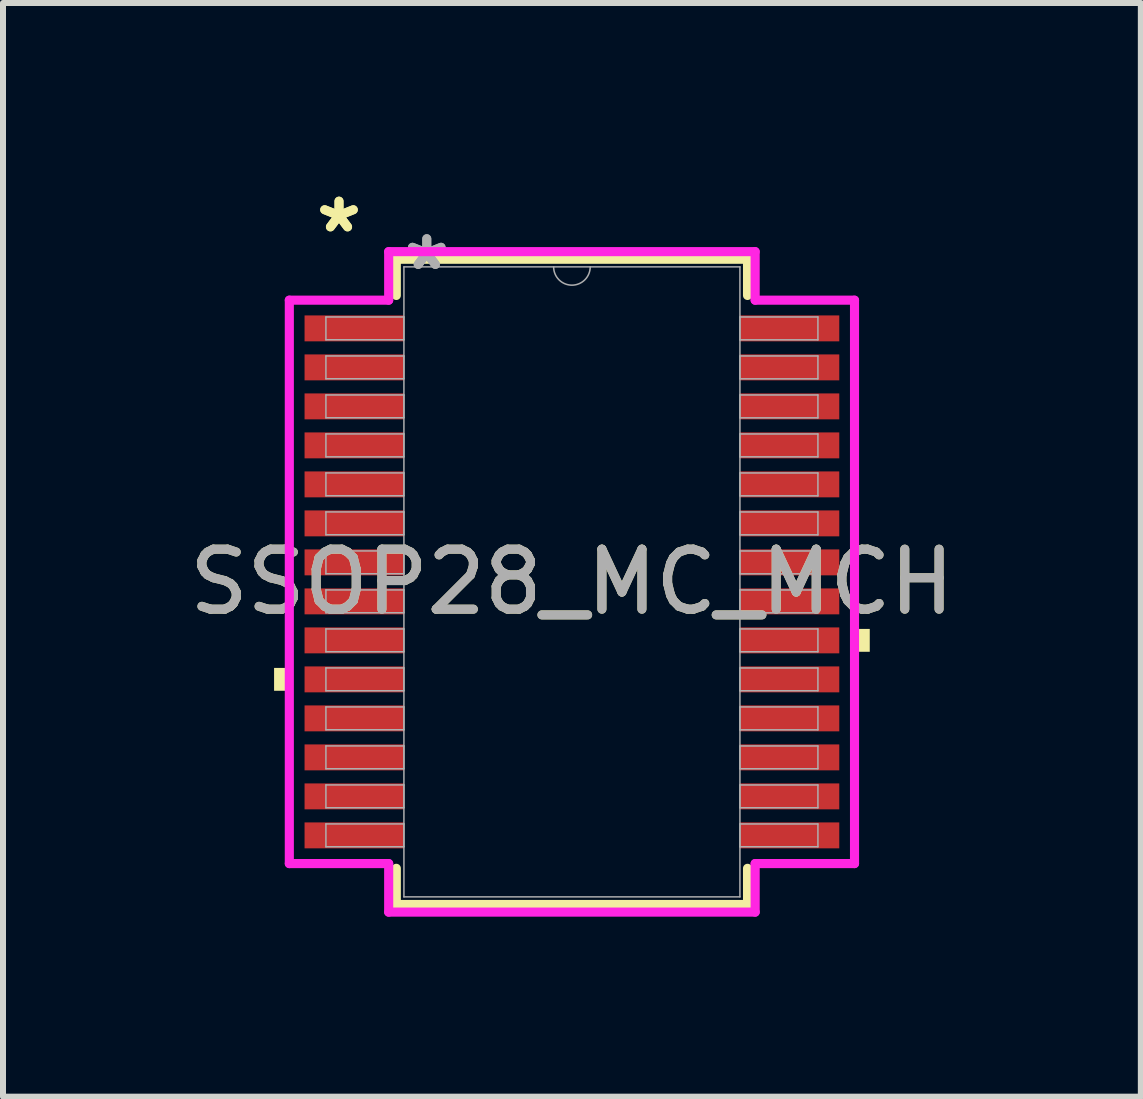
<source format=kicad_pcb>
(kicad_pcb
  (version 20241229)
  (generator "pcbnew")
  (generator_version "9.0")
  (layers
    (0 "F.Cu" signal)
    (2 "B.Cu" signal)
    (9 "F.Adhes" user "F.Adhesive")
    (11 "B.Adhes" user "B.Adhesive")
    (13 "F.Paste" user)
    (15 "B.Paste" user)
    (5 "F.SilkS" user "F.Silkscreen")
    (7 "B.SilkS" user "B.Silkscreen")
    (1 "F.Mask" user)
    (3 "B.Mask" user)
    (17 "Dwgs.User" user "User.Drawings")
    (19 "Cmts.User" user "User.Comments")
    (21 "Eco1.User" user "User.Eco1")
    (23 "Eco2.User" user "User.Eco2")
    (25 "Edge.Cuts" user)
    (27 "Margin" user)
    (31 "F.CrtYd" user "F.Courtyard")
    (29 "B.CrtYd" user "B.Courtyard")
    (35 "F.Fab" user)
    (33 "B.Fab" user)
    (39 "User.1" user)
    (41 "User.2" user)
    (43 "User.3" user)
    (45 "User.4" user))
  (footprint "SSOP28_MC_MCH"
    (layer "F.Cu")
    (at 6.482 6.648)
    (property "Reference" "SSOP28_MC_MCH" (at 0 0 0) (unlocked yes) (layer "F.SilkS") (effects (font (size 1 1) (thickness 0.15))))
    (attr smd)
    (fp_line (start -2.927 -5.377) (end -2.927 -4.774) (stroke (width 0.152) (type solid)) (layer "F.SilkS"))
    (fp_line (start -2.927 4.774) (end -2.927 5.377) (stroke (width 0.152) (type solid)) (layer "F.SilkS"))
    (fp_line (start -2.927 5.377) (end 2.927 5.377) (stroke (width 0.152) (type solid)) (layer "F.SilkS"))
    (fp_line (start 2.927 -5.377) (end -2.927 -5.377) (stroke (width 0.152) (type solid)) (layer "F.SilkS"))
    (fp_line (start 2.927 -4.774) (end 2.927 -5.377) (stroke (width 0.152) (type solid)) (layer "F.SilkS"))
    (fp_line (start 2.927 5.377) (end 2.927 4.774) (stroke (width 0.152) (type solid)) (layer "F.SilkS"))
    (fp_poly (pts (xy -4.964 1.434) (xy -4.964 1.815) (xy -4.71 1.815) (xy -4.71 1.434)) (stroke (width 0) (type solid)) (fill yes) (layer "F.SilkS"))
    (fp_poly (pts (xy 4.964 0.784) (xy 4.964 1.165) (xy 4.71 1.165) (xy 4.71 0.784)) (stroke (width 0) (type solid)) (fill yes) (layer "F.SilkS"))
    (fp_line (start -4.71 -4.695) (end -3.054 -4.695) (stroke (width 0.152) (type solid)) (layer "F.CrtYd"))
    (fp_line (start -4.71 4.695) (end -4.71 -4.695) (stroke (width 0.152) (type solid)) (layer "F.CrtYd"))
    (fp_line (start -4.71 4.695) (end -3.054 4.695) (stroke (width 0.152) (type solid)) (layer "F.CrtYd"))
    (fp_line (start -3.054 -5.504) (end 3.054 -5.504) (stroke (width 0.152) (type solid)) (layer "F.CrtYd"))
    (fp_line (start -3.054 -4.695) (end -3.054 -5.504) (stroke (width 0.152) (type solid)) (layer "F.CrtYd"))
    (fp_line (start -3.054 5.504) (end -3.054 4.695) (stroke (width 0.152) (type solid)) (layer "F.CrtYd"))
    (fp_line (start 3.054 -5.504) (end 3.054 -4.695) (stroke (width 0.152) (type solid)) (layer "F.CrtYd"))
    (fp_line (start 3.054 4.695) (end 3.054 5.504) (stroke (width 0.152) (type solid)) (layer "F.CrtYd"))
    (fp_line (start 3.054 5.504) (end -3.054 5.504) (stroke (width 0.152) (type solid)) (layer "F.CrtYd"))
    (fp_line (start 4.71 -4.695) (end 3.054 -4.695) (stroke (width 0.152) (type solid)) (layer "F.CrtYd"))
    (fp_line (start 4.71 -4.695) (end 4.71 4.695) (stroke (width 0.152) (type solid)) (layer "F.CrtYd"))
    (fp_line (start 4.71 4.695) (end 3.054 4.695) (stroke (width 0.152) (type solid)) (layer "F.CrtYd"))
    (fp_line (start -4.1 -4.415) (end -4.1 -4.035) (stroke (width 0.025) (type solid)) (layer "F.Fab"))
    (fp_line (start -4.1 -4.035) (end -2.8 -4.035) (stroke (width 0.025) (type solid)) (layer "F.Fab"))
    (fp_line (start -4.1 -3.765) (end -4.1 -3.385) (stroke (width 0.025) (type solid)) (layer "F.Fab"))
    (fp_line (start -4.1 -3.385) (end -2.8 -3.385) (stroke (width 0.025) (type solid)) (layer "F.Fab"))
    (fp_line (start -4.1 -3.115) (end -4.1 -2.735) (stroke (width 0.025) (type solid)) (layer "F.Fab"))
    (fp_line (start -4.1 -2.735) (end -2.8 -2.735) (stroke (width 0.025) (type solid)) (layer "F.Fab"))
    (fp_line (start -4.1 -2.466) (end -4.1 -2.084) (stroke (width 0.025) (type solid)) (layer "F.Fab"))
    (fp_line (start -4.1 -2.084) (end -2.8 -2.084) (stroke (width 0.025) (type solid)) (layer "F.Fab"))
    (fp_line (start -4.1 -1.816) (end -4.1 -1.435) (stroke (width 0.025) (type solid)) (layer "F.Fab"))
    (fp_line (start -4.1 -1.435) (end -2.8 -1.435) (stroke (width 0.025) (type solid)) (layer "F.Fab"))
    (fp_line (start -4.1 -1.166) (end -4.1 -0.785) (stroke (width 0.025) (type solid)) (layer "F.Fab"))
    (fp_line (start -4.1 -0.785) (end -2.8 -0.785) (stroke (width 0.025) (type solid)) (layer "F.Fab"))
    (fp_line (start -4.1 -0.516) (end -4.1 -0.135) (stroke (width 0.025) (type solid)) (layer "F.Fab"))
    (fp_line (start -4.1 -0.135) (end -2.8 -0.135) (stroke (width 0.025) (type solid)) (layer "F.Fab"))
    (fp_line (start -4.1 0.134) (end -4.1 0.515) (stroke (width 0.025) (type solid)) (layer "F.Fab"))
    (fp_line (start -4.1 0.515) (end -2.8 0.515) (stroke (width 0.025) (type solid)) (layer "F.Fab"))
    (fp_line (start -4.1 0.784) (end -4.1 1.165) (stroke (width 0.025) (type solid)) (layer "F.Fab"))
    (fp_line (start -4.1 1.165) (end -2.8 1.165) (stroke (width 0.025) (type solid)) (layer "F.Fab"))
    (fp_line (start -4.1 1.434) (end -4.1 1.815) (stroke (width 0.025) (type solid)) (layer "F.Fab"))
    (fp_line (start -4.1 1.815) (end -2.8 1.815) (stroke (width 0.025) (type solid)) (layer "F.Fab"))
    (fp_line (start -4.1 2.084) (end -4.1 2.465) (stroke (width 0.025) (type solid)) (layer "F.Fab"))
    (fp_line (start -4.1 2.465) (end -2.8 2.465) (stroke (width 0.025) (type solid)) (layer "F.Fab"))
    (fp_line (start -4.1 2.734) (end -4.1 3.115) (stroke (width 0.025) (type solid)) (layer "F.Fab"))
    (fp_line (start -4.1 3.115) (end -2.8 3.115) (stroke (width 0.025) (type solid)) (layer "F.Fab"))
    (fp_line (start -4.1 3.384) (end -4.1 3.765) (stroke (width 0.025) (type solid)) (layer "F.Fab"))
    (fp_line (start -4.1 3.765) (end -2.8 3.765) (stroke (width 0.025) (type solid)) (layer "F.Fab"))
    (fp_line (start -4.1 4.034) (end -4.1 4.415) (stroke (width 0.025) (type solid)) (layer "F.Fab"))
    (fp_line (start -4.1 4.415) (end -2.8 4.415) (stroke (width 0.025) (type solid)) (layer "F.Fab"))
    (fp_line (start -2.8 -5.25) (end -2.8 5.25) (stroke (width 0.025) (type solid)) (layer "F.Fab"))
    (fp_line (start -2.8 -4.415) (end -4.1 -4.415) (stroke (width 0.025) (type solid)) (layer "F.Fab"))
    (fp_line (start -2.8 -4.035) (end -2.8 -4.415) (stroke (width 0.025) (type solid)) (layer "F.Fab"))
    (fp_line (start -2.8 -3.765) (end -4.1 -3.765) (stroke (width 0.025) (type solid)) (layer "F.Fab"))
    (fp_line (start -2.8 -3.385) (end -2.8 -3.765) (stroke (width 0.025) (type solid)) (layer "F.Fab"))
    (fp_line (start -2.8 -3.115) (end -4.1 -3.115) (stroke (width 0.025) (type solid)) (layer "F.Fab"))
    (fp_line (start -2.8 -2.735) (end -2.8 -3.115) (stroke (width 0.025) (type solid)) (layer "F.Fab"))
    (fp_line (start -2.8 -2.466) (end -4.1 -2.466) (stroke (width 0.025) (type solid)) (layer "F.Fab"))
    (fp_line (start -2.8 -2.084) (end -2.8 -2.466) (stroke (width 0.025) (type solid)) (layer "F.Fab"))
    (fp_line (start -2.8 -1.816) (end -4.1 -1.816) (stroke (width 0.025) (type solid)) (layer "F.Fab"))
    (fp_line (start -2.8 -1.435) (end -2.8 -1.816) (stroke (width 0.025) (type solid)) (layer "F.Fab"))
    (fp_line (start -2.8 -1.166) (end -4.1 -1.166) (stroke (width 0.025) (type solid)) (layer "F.Fab"))
    (fp_line (start -2.8 -0.785) (end -2.8 -1.166) (stroke (width 0.025) (type solid)) (layer "F.Fab"))
    (fp_line (start -2.8 -0.516) (end -4.1 -0.516) (stroke (width 0.025) (type solid)) (layer "F.Fab"))
    (fp_line (start -2.8 -0.135) (end -2.8 -0.516) (stroke (width 0.025) (type solid)) (layer "F.Fab"))
    (fp_line (start -2.8 0.134) (end -4.1 0.134) (stroke (width 0.025) (type solid)) (layer "F.Fab"))
    (fp_line (start -2.8 0.515) (end -2.8 0.134) (stroke (width 0.025) (type solid)) (layer "F.Fab"))
    (fp_line (start -2.8 0.784) (end -4.1 0.784) (stroke (width 0.025) (type solid)) (layer "F.Fab"))
    (fp_line (start -2.8 1.165) (end -2.8 0.784) (stroke (width 0.025) (type solid)) (layer "F.Fab"))
    (fp_line (start -2.8 1.434) (end -4.1 1.434) (stroke (width 0.025) (type solid)) (layer "F.Fab"))
    (fp_line (start -2.8 1.815) (end -2.8 1.434) (stroke (width 0.025) (type solid)) (layer "F.Fab"))
    (fp_line (start -2.8 2.084) (end -4.1 2.084) (stroke (width 0.025) (type solid)) (layer "F.Fab"))
    (fp_line (start -2.8 2.465) (end -2.8 2.084) (stroke (width 0.025) (type solid)) (layer "F.Fab"))
    (fp_line (start -2.8 2.734) (end -4.1 2.734) (stroke (width 0.025) (type solid)) (layer "F.Fab"))
    (fp_line (start -2.8 3.115) (end -2.8 2.734) (stroke (width 0.025) (type solid)) (layer "F.Fab"))
    (fp_line (start -2.8 3.384) (end -4.1 3.384) (stroke (width 0.025) (type solid)) (layer "F.Fab"))
    (fp_line (start -2.8 3.765) (end -2.8 3.384) (stroke (width 0.025) (type solid)) (layer "F.Fab"))
    (fp_line (start -2.8 4.034) (end -4.1 4.034) (stroke (width 0.025) (type solid)) (layer "F.Fab"))
    (fp_line (start -2.8 4.415) (end -2.8 4.034) (stroke (width 0.025) (type solid)) (layer "F.Fab"))
    (fp_line (start -2.8 5.25) (end 2.8 5.25) (stroke (width 0.025) (type solid)) (layer "F.Fab"))
    (fp_line (start 2.8 -5.25) (end -2.8 -5.25) (stroke (width 0.025) (type solid)) (layer "F.Fab"))
    (fp_line (start 2.8 -4.415) (end 2.8 -4.034) (stroke (width 0.025) (type solid)) (layer "F.Fab"))
    (fp_line (start 2.8 -4.034) (end 4.1 -4.034) (stroke (width 0.025) (type solid)) (layer "F.Fab"))
    (fp_line (start 2.8 -3.765) (end 2.8 -3.384) (stroke (width 0.025) (type solid)) (layer "F.Fab"))
    (fp_line (start 2.8 -3.384) (end 4.1 -3.384) (stroke (width 0.025) (type solid)) (layer "F.Fab"))
    (fp_line (start 2.8 -3.115) (end 2.8 -2.734) (stroke (width 0.025) (type solid)) (layer "F.Fab"))
    (fp_line (start 2.8 -2.734) (end 4.1 -2.734) (stroke (width 0.025) (type solid)) (layer "F.Fab"))
    (fp_line (start 2.8 -2.465) (end 2.8 -2.084) (stroke (width 0.025) (type solid)) (layer "F.Fab"))
    (fp_line (start 2.8 -2.084) (end 4.1 -2.084) (stroke (width 0.025) (type solid)) (layer "F.Fab"))
    (fp_line (start 2.8 -1.815) (end 2.8 -1.434) (stroke (width 0.025) (type solid)) (layer "F.Fab"))
    (fp_line (start 2.8 -1.434) (end 4.1 -1.434) (stroke (width 0.025) (type solid)) (layer "F.Fab"))
    (fp_line (start 2.8 -1.165) (end 2.8 -0.784) (stroke (width 0.025) (type solid)) (layer "F.Fab"))
    (fp_line (start 2.8 -0.784) (end 4.1 -0.784) (stroke (width 0.025) (type solid)) (layer "F.Fab"))
    (fp_line (start 2.8 -0.515) (end 2.8 -0.134) (stroke (width 0.025) (type solid)) (layer "F.Fab"))
    (fp_line (start 2.8 -0.134) (end 4.1 -0.134) (stroke (width 0.025) (type solid)) (layer "F.Fab"))
    (fp_line (start 2.8 0.135) (end 2.8 0.516) (stroke (width 0.025) (type solid)) (layer "F.Fab"))
    (fp_line (start 2.8 0.516) (end 4.1 0.516) (stroke (width 0.025) (type solid)) (layer "F.Fab"))
    (fp_line (start 2.8 0.784) (end 2.8 1.165) (stroke (width 0.025) (type solid)) (layer "F.Fab"))
    (fp_line (start 2.8 1.165) (end 4.1 1.165) (stroke (width 0.025) (type solid)) (layer "F.Fab"))
    (fp_line (start 2.8 1.435) (end 2.8 1.815) (stroke (width 0.025) (type solid)) (layer "F.Fab"))
    (fp_line (start 2.8 1.815) (end 4.1 1.815) (stroke (width 0.025) (type solid)) (layer "F.Fab"))
    (fp_line (start 2.8 2.084) (end 2.8 2.466) (stroke (width 0.025) (type solid)) (layer "F.Fab"))
    (fp_line (start 2.8 2.466) (end 4.1 2.466) (stroke (width 0.025) (type solid)) (layer "F.Fab"))
    (fp_line (start 2.8 2.735) (end 2.8 3.115) (stroke (width 0.025) (type solid)) (layer "F.Fab"))
    (fp_line (start 2.8 3.115) (end 4.1 3.115) (stroke (width 0.025) (type solid)) (layer "F.Fab"))
    (fp_line (start 2.8 3.385) (end 2.8 3.765) (stroke (width 0.025) (type solid)) (layer "F.Fab"))
    (fp_line (start 2.8 3.765) (end 4.1 3.765) (stroke (width 0.025) (type solid)) (layer "F.Fab"))
    (fp_line (start 2.8 4.035) (end 2.8 4.415) (stroke (width 0.025) (type solid)) (layer "F.Fab"))
    (fp_line (start 2.8 4.415) (end 4.1 4.415) (stroke (width 0.025) (type solid)) (layer "F.Fab"))
    (fp_line (start 2.8 5.25) (end 2.8 -5.25) (stroke (width 0.025) (type solid)) (layer "F.Fab"))
    (fp_line (start 4.1 -4.415) (end 2.8 -4.415) (stroke (width 0.025) (type solid)) (layer "F.Fab"))
    (fp_line (start 4.1 -4.034) (end 4.1 -4.415) (stroke (width 0.025) (type solid)) (layer "F.Fab"))
    (fp_line (start 4.1 -3.765) (end 2.8 -3.765) (stroke (width 0.025) (type solid)) (layer "F.Fab"))
    (fp_line (start 4.1 -3.384) (end 4.1 -3.765) (stroke (width 0.025) (type solid)) (layer "F.Fab"))
    (fp_line (start 4.1 -3.115) (end 2.8 -3.115) (stroke (width 0.025) (type solid)) (layer "F.Fab"))
    (fp_line (start 4.1 -2.734) (end 4.1 -3.115) (stroke (width 0.025) (type solid)) (layer "F.Fab"))
    (fp_line (start 4.1 -2.465) (end 2.8 -2.465) (stroke (width 0.025) (type solid)) (layer "F.Fab"))
    (fp_line (start 4.1 -2.084) (end 4.1 -2.465) (stroke (width 0.025) (type solid)) (layer "F.Fab"))
    (fp_line (start 4.1 -1.815) (end 2.8 -1.815) (stroke (width 0.025) (type solid)) (layer "F.Fab"))
    (fp_line (start 4.1 -1.434) (end 4.1 -1.815) (stroke (width 0.025) (type solid)) (layer "F.Fab"))
    (fp_line (start 4.1 -1.165) (end 2.8 -1.165) (stroke (width 0.025) (type solid)) (layer "F.Fab"))
    (fp_line (start 4.1 -0.784) (end 4.1 -1.165) (stroke (width 0.025) (type solid)) (layer "F.Fab"))
    (fp_line (start 4.1 -0.515) (end 2.8 -0.515) (stroke (width 0.025) (type solid)) (layer "F.Fab"))
    (fp_line (start 4.1 -0.134) (end 4.1 -0.515) (stroke (width 0.025) (type solid)) (layer "F.Fab"))
    (fp_line (start 4.1 0.135) (end 2.8 0.135) (stroke (width 0.025) (type solid)) (layer "F.Fab"))
    (fp_line (start 4.1 0.516) (end 4.1 0.135) (stroke (width 0.025) (type solid)) (layer "F.Fab"))
    (fp_line (start 4.1 0.784) (end 2.8 0.784) (stroke (width 0.025) (type solid)) (layer "F.Fab"))
    (fp_line (start 4.1 1.165) (end 4.1 0.784) (stroke (width 0.025) (type solid)) (layer "F.Fab"))
    (fp_line (start 4.1 1.435) (end 2.8 1.435) (stroke (width 0.025) (type solid)) (layer "F.Fab"))
    (fp_line (start 4.1 1.815) (end 4.1 1.435) (stroke (width 0.025) (type solid)) (layer "F.Fab"))
    (fp_line (start 4.1 2.084) (end 2.8 2.084) (stroke (width 0.025) (type solid)) (layer "F.Fab"))
    (fp_line (start 4.1 2.466) (end 4.1 2.084) (stroke (width 0.025) (type solid)) (layer "F.Fab"))
    (fp_line (start 4.1 2.735) (end 2.8 2.735) (stroke (width 0.025) (type solid)) (layer "F.Fab"))
    (fp_line (start 4.1 3.115) (end 4.1 2.735) (stroke (width 0.025) (type solid)) (layer "F.Fab"))
    (fp_line (start 4.1 3.385) (end 2.8 3.385) (stroke (width 0.025) (type solid)) (layer "F.Fab"))
    (fp_line (start 4.1 3.765) (end 4.1 3.385) (stroke (width 0.025) (type solid)) (layer "F.Fab"))
    (fp_line (start 4.1 4.035) (end 2.8 4.035) (stroke (width 0.025) (type solid)) (layer "F.Fab"))
    (fp_line (start 4.1 4.415) (end 4.1 4.035) (stroke (width 0.025) (type solid)) (layer "F.Fab"))
    (fp_arc (start 0.3048 -5.25) (mid 0 -4.9452) (end -0.3048 -5.25) (stroke (width 0.0254) (type solid)) (layer "F.Fab"))
    (fp_text user "*" (at -3.882 -5.8 0) (layer "F.SilkS") (effects (font (size 1 1) (thickness 0.15))))
    (fp_text user "*" (at -3.882 -5.8 0) (unlocked yes) (layer "F.SilkS") (effects (font (size 1 1) (thickness 0.15))))
    (fp_text user "*" (at -2.419 -5.174 0) (layer "F.Fab") (effects (font (size 1 1) (thickness 0.15))))
    (fp_text user "${REFERENCE}" (at 0 0 0) (unlocked yes) (layer "F.Fab") (effects (font (size 1 1) (thickness 0.15))))
    (fp_text user "*" (at -2.419 -5.174 0) (unlocked yes) (layer "F.Fab") (effects (font (size 1 1) (thickness 0.15))))
    (pad "1" smd rect (at -3.628 -4.225) (size 1.656 0.432) (layers "F.Cu" "F.Mask" "F.Paste"))
    (pad "2" smd rect (at -3.628 -3.575) (size 1.656 0.432) (layers "F.Cu" "F.Mask" "F.Paste"))
    (pad "3" smd rect (at -3.628 -2.925) (size 1.656 0.432) (layers "F.Cu" "F.Mask" "F.Paste"))
    (pad "4" smd rect (at -3.628 -2.275) (size 1.656 0.432) (layers "F.Cu" "F.Mask" "F.Paste"))
    (pad "5" smd rect (at -3.628 -1.625) (size 1.656 0.432) (layers "F.Cu" "F.Mask" "F.Paste"))
    (pad "6" smd rect (at -3.628 -0.975) (size 1.656 0.432) (layers "F.Cu" "F.Mask" "F.Paste"))
    (pad "7" smd rect (at -3.628 -0.325) (size 1.656 0.432) (layers "F.Cu" "F.Mask" "F.Paste"))
    (pad "8" smd rect (at -3.628 0.325) (size 1.656 0.432) (layers "F.Cu" "F.Mask" "F.Paste"))
    (pad "9" smd rect (at -3.628 0.975) (size 1.656 0.432) (layers "F.Cu" "F.Mask" "F.Paste"))
    (pad "10" smd rect (at -3.628 1.625) (size 1.656 0.432) (layers "F.Cu" "F.Mask" "F.Paste"))
    (pad "11" smd rect (at -3.628 2.275) (size 1.656 0.432) (layers "F.Cu" "F.Mask" "F.Paste"))
    (pad "12" smd rect (at -3.628 2.925) (size 1.656 0.432) (layers "F.Cu" "F.Mask" "F.Paste"))
    (pad "13" smd rect (at -3.628 3.575) (size 1.656 0.432) (layers "F.Cu" "F.Mask" "F.Paste"))
    (pad "14" smd rect (at -3.628 4.225) (size 1.656 0.432) (layers "F.Cu" "F.Mask" "F.Paste"))
    (pad "15" smd rect (at 3.628 4.225) (size 1.656 0.432) (layers "F.Cu" "F.Mask" "F.Paste"))
    (pad "16" smd rect (at 3.628 3.575) (size 1.656 0.432) (layers "F.Cu" "F.Mask" "F.Paste"))
    (pad "17" smd rect (at 3.628 2.925) (size 1.656 0.432) (layers "F.Cu" "F.Mask" "F.Paste"))
    (pad "18" smd rect (at 3.628 2.275) (size 1.656 0.432) (layers "F.Cu" "F.Mask" "F.Paste"))
    (pad "19" smd rect (at 3.628 1.625) (size 1.656 0.432) (layers "F.Cu" "F.Mask" "F.Paste"))
    (pad "20" smd rect (at 3.628 0.975) (size 1.656 0.432) (layers "F.Cu" "F.Mask" "F.Paste"))
    (pad "21" smd rect (at 3.628 0.325) (size 1.656 0.432) (layers "F.Cu" "F.Mask" "F.Paste"))
    (pad "22" smd rect (at 3.628 -0.325) (size 1.656 0.432) (layers "F.Cu" "F.Mask" "F.Paste"))
    (pad "23" smd rect (at 3.628 -0.975) (size 1.656 0.432) (layers "F.Cu" "F.Mask" "F.Paste"))
    (pad "24" smd rect (at 3.628 -1.625) (size 1.656 0.432) (layers "F.Cu" "F.Mask" "F.Paste"))
    (pad "25" smd rect (at 3.628 -2.275) (size 1.656 0.432) (layers "F.Cu" "F.Mask" "F.Paste"))
    (pad "26" smd rect (at 3.628 -2.925) (size 1.656 0.432) (layers "F.Cu" "F.Mask" "F.Paste"))
    (pad "27" smd rect (at 3.628 -3.575) (size 1.656 0.432) (layers "F.Cu" "F.Mask" "F.Paste"))
    (pad "28" smd rect (at 3.628 -4.225) (size 1.656 0.432) (layers "F.Cu" "F.Mask" "F.Paste")))
  (gr_rect
    (start -3 -3)
    (end 15.964 15.228)
    (stroke (width 0.1) (type default))
    (fill no)
    (layer "Edge.Cuts")))
</source>
